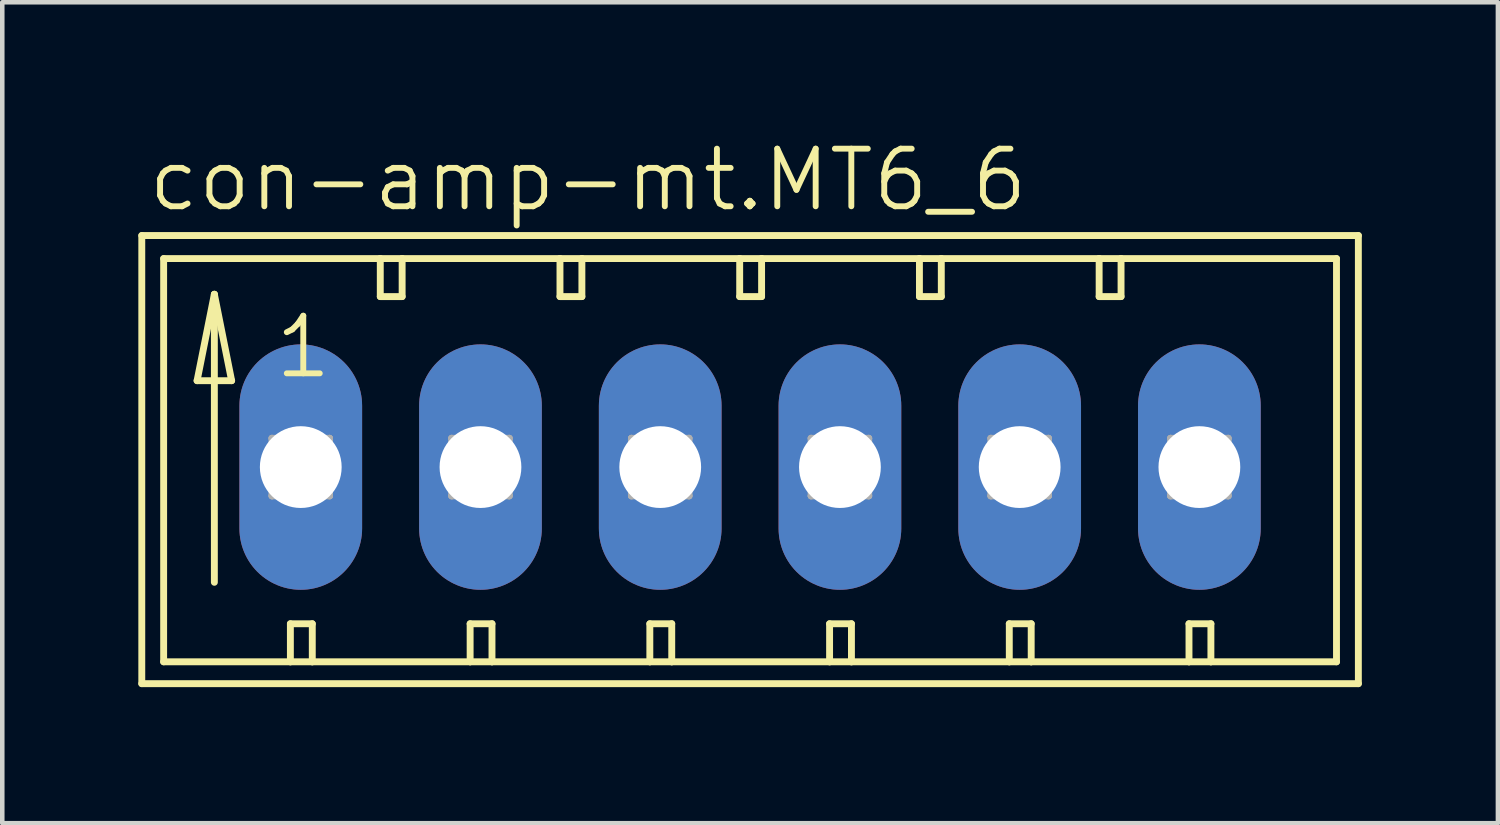
<source format=kicad_pcb>
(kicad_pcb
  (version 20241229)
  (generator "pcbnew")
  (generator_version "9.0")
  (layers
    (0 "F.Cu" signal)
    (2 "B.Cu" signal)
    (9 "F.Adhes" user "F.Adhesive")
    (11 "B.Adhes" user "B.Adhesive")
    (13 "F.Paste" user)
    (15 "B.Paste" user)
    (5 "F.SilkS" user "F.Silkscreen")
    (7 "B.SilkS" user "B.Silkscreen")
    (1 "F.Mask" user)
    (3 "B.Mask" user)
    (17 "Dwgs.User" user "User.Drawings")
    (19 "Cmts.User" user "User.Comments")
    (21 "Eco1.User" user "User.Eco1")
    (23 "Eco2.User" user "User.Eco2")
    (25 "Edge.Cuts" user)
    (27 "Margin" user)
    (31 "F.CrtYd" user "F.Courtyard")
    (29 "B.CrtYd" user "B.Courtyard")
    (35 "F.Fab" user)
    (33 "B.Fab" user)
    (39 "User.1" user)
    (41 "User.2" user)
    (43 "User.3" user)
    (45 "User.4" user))
  (footprint "con-amp-mt.MT6_6"
    (layer "F.Cu")
    (at 13.487 7.248)
    (property "Reference" "con-amp-mt.MT6_6" (at -13.335 -5.588 0) (layer "F.SilkS") (effects (font (size 1.27 1.27) (thickness 0.13)) (justify left bottom)))
    (attr through_hole)
    (fp_line (start -13.411 -5.105) (end -13.411 4.775) (stroke (width 0.152) (type default)) (layer "F.SilkS"))
    (fp_line (start -13.411 4.775) (end 13.411 4.775) (stroke (width 0.152) (type default)) (layer "F.SilkS"))
    (fp_line (start -12.929 -4.597) (end -12.929 4.293) (stroke (width 0.152) (type default)) (layer "F.SilkS"))
    (fp_line (start -12.929 4.293) (end -10.135 4.293) (stroke (width 0.152) (type default)) (layer "F.SilkS"))
    (fp_line (start -12.192 -1.905) (end -11.43 -1.905) (stroke (width 0.152) (type default)) (layer "F.SilkS"))
    (fp_line (start -11.811 -3.81) (end -12.192 -1.905) (stroke (width 0.152) (type default)) (layer "F.SilkS"))
    (fp_line (start -11.811 -3.81) (end -11.43 -1.905) (stroke (width 0.152) (type default)) (layer "F.SilkS"))
    (fp_line (start -11.811 2.54) (end -11.811 -3.81) (stroke (width 0.152) (type default)) (layer "F.SilkS"))
    (fp_line (start -10.135 3.454) (end -10.135 4.293) (stroke (width 0.152) (type default)) (layer "F.SilkS"))
    (fp_line (start -10.135 3.454) (end -9.652 3.454) (stroke (width 0.152) (type default)) (layer "F.SilkS"))
    (fp_line (start -10.135 4.293) (end -9.652 4.293) (stroke (width 0.152) (type default)) (layer "F.SilkS"))
    (fp_line (start -9.652 3.454) (end -9.652 4.293) (stroke (width 0.152) (type default)) (layer "F.SilkS"))
    (fp_line (start -9.652 4.293) (end -6.172 4.293) (stroke (width 0.152) (type default)) (layer "F.SilkS"))
    (fp_line (start -8.153 -4.597) (end -12.929 -4.597) (stroke (width 0.152) (type default)) (layer "F.SilkS"))
    (fp_line (start -8.153 -4.597) (end -8.153 -3.759) (stroke (width 0.152) (type default)) (layer "F.SilkS"))
    (fp_line (start -8.153 -3.759) (end -7.671 -3.759) (stroke (width 0.152) (type default)) (layer "F.SilkS"))
    (fp_line (start -7.671 -4.597) (end -8.153 -4.597) (stroke (width 0.152) (type default)) (layer "F.SilkS"))
    (fp_line (start -7.671 -3.759) (end -7.671 -4.597) (stroke (width 0.152) (type default)) (layer "F.SilkS"))
    (fp_line (start -6.172 3.454) (end -6.172 4.293) (stroke (width 0.152) (type default)) (layer "F.SilkS"))
    (fp_line (start -6.172 3.454) (end -5.69 3.454) (stroke (width 0.152) (type default)) (layer "F.SilkS"))
    (fp_line (start -6.172 4.293) (end -5.69 4.293) (stroke (width 0.152) (type default)) (layer "F.SilkS"))
    (fp_line (start -5.69 3.454) (end -5.69 4.293) (stroke (width 0.152) (type default)) (layer "F.SilkS"))
    (fp_line (start -5.69 4.293) (end -2.21 4.293) (stroke (width 0.152) (type default)) (layer "F.SilkS"))
    (fp_line (start -4.191 -4.597) (end -7.671 -4.597) (stroke (width 0.152) (type default)) (layer "F.SilkS"))
    (fp_line (start -4.191 -3.759) (end -4.191 -4.597) (stroke (width 0.152) (type default)) (layer "F.SilkS"))
    (fp_line (start -4.191 -3.759) (end -3.708 -3.759) (stroke (width 0.152) (type default)) (layer "F.SilkS"))
    (fp_line (start -3.708 -4.597) (end -4.191 -4.597) (stroke (width 0.152) (type default)) (layer "F.SilkS"))
    (fp_line (start -3.708 -3.759) (end -3.708 -4.597) (stroke (width 0.152) (type default)) (layer "F.SilkS"))
    (fp_line (start -2.21 3.454) (end -2.21 4.293) (stroke (width 0.152) (type default)) (layer "F.SilkS"))
    (fp_line (start -2.21 3.454) (end -1.727 3.454) (stroke (width 0.152) (type default)) (layer "F.SilkS"))
    (fp_line (start -2.21 4.293) (end -1.727 4.293) (stroke (width 0.152) (type default)) (layer "F.SilkS"))
    (fp_line (start -1.727 3.454) (end -1.727 4.293) (stroke (width 0.152) (type default)) (layer "F.SilkS"))
    (fp_line (start -1.727 4.293) (end 1.753 4.293) (stroke (width 0.152) (type default)) (layer "F.SilkS"))
    (fp_line (start -0.229 -4.597) (end -3.708 -4.597) (stroke (width 0.152) (type default)) (layer "F.SilkS"))
    (fp_line (start -0.229 -3.759) (end -0.229 -4.597) (stroke (width 0.152) (type default)) (layer "F.SilkS"))
    (fp_line (start -0.229 -3.759) (end 0.254 -3.759) (stroke (width 0.152) (type default)) (layer "F.SilkS"))
    (fp_line (start 0.254 -4.597) (end -0.229 -4.597) (stroke (width 0.152) (type default)) (layer "F.SilkS"))
    (fp_line (start 0.254 -3.759) (end 0.254 -4.597) (stroke (width 0.152) (type default)) (layer "F.SilkS"))
    (fp_line (start 1.753 3.454) (end 1.753 4.293) (stroke (width 0.152) (type default)) (layer "F.SilkS"))
    (fp_line (start 1.753 3.454) (end 2.235 3.454) (stroke (width 0.152) (type default)) (layer "F.SilkS"))
    (fp_line (start 1.753 4.293) (end 2.235 4.293) (stroke (width 0.152) (type default)) (layer "F.SilkS"))
    (fp_line (start 2.235 3.454) (end 2.235 4.293) (stroke (width 0.152) (type default)) (layer "F.SilkS"))
    (fp_line (start 2.235 4.293) (end 5.715 4.293) (stroke (width 0.152) (type default)) (layer "F.SilkS"))
    (fp_line (start 3.734 -4.597) (end 0.254 -4.597) (stroke (width 0.152) (type default)) (layer "F.SilkS"))
    (fp_line (start 3.734 -3.759) (end 3.734 -4.597) (stroke (width 0.152) (type default)) (layer "F.SilkS"))
    (fp_line (start 3.734 -3.759) (end 4.216 -3.759) (stroke (width 0.152) (type default)) (layer "F.SilkS"))
    (fp_line (start 4.216 -4.597) (end 3.734 -4.597) (stroke (width 0.152) (type default)) (layer "F.SilkS"))
    (fp_line (start 4.216 -3.759) (end 4.216 -4.597) (stroke (width 0.152) (type default)) (layer "F.SilkS"))
    (fp_line (start 5.715 3.454) (end 5.715 4.293) (stroke (width 0.152) (type default)) (layer "F.SilkS"))
    (fp_line (start 5.715 3.454) (end 6.198 3.454) (stroke (width 0.152) (type default)) (layer "F.SilkS"))
    (fp_line (start 5.715 4.293) (end 6.198 4.293) (stroke (width 0.152) (type default)) (layer "F.SilkS"))
    (fp_line (start 6.198 3.454) (end 6.198 4.293) (stroke (width 0.152) (type default)) (layer "F.SilkS"))
    (fp_line (start 6.198 4.293) (end 9.677 4.293) (stroke (width 0.152) (type default)) (layer "F.SilkS"))
    (fp_line (start 7.696 -4.597) (end 4.216 -4.597) (stroke (width 0.152) (type default)) (layer "F.SilkS"))
    (fp_line (start 7.696 -3.759) (end 7.696 -4.597) (stroke (width 0.152) (type default)) (layer "F.SilkS"))
    (fp_line (start 7.696 -3.759) (end 8.179 -3.759) (stroke (width 0.152) (type default)) (layer "F.SilkS"))
    (fp_line (start 8.179 -4.597) (end 7.696 -4.597) (stroke (width 0.152) (type default)) (layer "F.SilkS"))
    (fp_line (start 8.179 -3.759) (end 8.179 -4.597) (stroke (width 0.152) (type default)) (layer "F.SilkS"))
    (fp_line (start 9.677 3.454) (end 9.677 4.293) (stroke (width 0.152) (type default)) (layer "F.SilkS"))
    (fp_line (start 9.677 3.454) (end 10.16 3.454) (stroke (width 0.152) (type default)) (layer "F.SilkS"))
    (fp_line (start 9.677 4.293) (end 10.16 4.293) (stroke (width 0.152) (type default)) (layer "F.SilkS"))
    (fp_line (start 10.16 3.454) (end 10.16 4.293) (stroke (width 0.152) (type default)) (layer "F.SilkS"))
    (fp_line (start 10.16 4.293) (end 12.929 4.293) (stroke (width 0.152) (type default)) (layer "F.SilkS"))
    (fp_line (start 12.929 -4.597) (end 8.179 -4.597) (stroke (width 0.152) (type default)) (layer "F.SilkS"))
    (fp_line (start 12.929 4.293) (end 12.929 -4.597) (stroke (width 0.152) (type default)) (layer "F.SilkS"))
    (fp_line (start 13.411 -5.105) (end -13.411 -5.105) (stroke (width 0.152) (type default)) (layer "F.SilkS"))
    (fp_line (start 13.411 4.775) (end 13.411 -5.105) (stroke (width 0.152) (type default)) (layer "F.SilkS"))
    (fp_line (start -10.541 -0.635) (end -10.541 0.635) (stroke (width 0.152) (type default)) (layer "F.Fab"))
    (fp_line (start -10.541 -0.635) (end -9.271 0.635) (stroke (width 0.152) (type default)) (layer "F.Fab"))
    (fp_line (start -10.541 0.635) (end -9.271 0.635) (stroke (width 0.152) (type default)) (layer "F.Fab"))
    (fp_line (start -9.271 -0.635) (end -10.541 -0.635) (stroke (width 0.152) (type default)) (layer "F.Fab"))
    (fp_line (start -9.271 -0.635) (end -10.541 0.635) (stroke (width 0.152) (type default)) (layer "F.Fab"))
    (fp_line (start -9.271 0.635) (end -9.271 -0.635) (stroke (width 0.152) (type default)) (layer "F.Fab"))
    (fp_line (start -6.579 -0.635) (end -6.579 0.635) (stroke (width 0.152) (type default)) (layer "F.Fab"))
    (fp_line (start -6.579 -0.635) (end -5.309 0.635) (stroke (width 0.152) (type default)) (layer "F.Fab"))
    (fp_line (start -6.579 0.635) (end -5.309 0.635) (stroke (width 0.152) (type default)) (layer "F.Fab"))
    (fp_line (start -5.309 -0.635) (end -6.579 -0.635) (stroke (width 0.152) (type default)) (layer "F.Fab"))
    (fp_line (start -5.309 -0.635) (end -6.579 0.635) (stroke (width 0.152) (type default)) (layer "F.Fab"))
    (fp_line (start -5.309 0.635) (end -5.309 -0.635) (stroke (width 0.152) (type default)) (layer "F.Fab"))
    (fp_line (start -2.616 -0.635) (end -2.616 0.635) (stroke (width 0.152) (type default)) (layer "F.Fab"))
    (fp_line (start -2.616 -0.635) (end -1.346 0.635) (stroke (width 0.152) (type default)) (layer "F.Fab"))
    (fp_line (start -2.616 0.635) (end -1.346 0.635) (stroke (width 0.152) (type default)) (layer "F.Fab"))
    (fp_line (start -1.346 -0.635) (end -2.616 -0.635) (stroke (width 0.152) (type default)) (layer "F.Fab"))
    (fp_line (start -1.346 -0.635) (end -2.616 0.635) (stroke (width 0.152) (type default)) (layer "F.Fab"))
    (fp_line (start -1.346 0.635) (end -1.346 -0.635) (stroke (width 0.152) (type default)) (layer "F.Fab"))
    (fp_line (start 1.346 -0.635) (end 1.346 0.635) (stroke (width 0.152) (type default)) (layer "F.Fab"))
    (fp_line (start 1.346 -0.635) (end 2.616 0.635) (stroke (width 0.152) (type default)) (layer "F.Fab"))
    (fp_line (start 1.346 0.635) (end 2.616 0.635) (stroke (width 0.152) (type default)) (layer "F.Fab"))
    (fp_line (start 2.616 -0.635) (end 1.346 -0.635) (stroke (width 0.152) (type default)) (layer "F.Fab"))
    (fp_line (start 2.616 -0.635) (end 1.346 0.635) (stroke (width 0.152) (type default)) (layer "F.Fab"))
    (fp_line (start 2.616 0.635) (end 2.616 -0.635) (stroke (width 0.152) (type default)) (layer "F.Fab"))
    (fp_line (start 5.309 -0.635) (end 5.309 0.635) (stroke (width 0.152) (type default)) (layer "F.Fab"))
    (fp_line (start 5.309 -0.635) (end 6.579 0.635) (stroke (width 0.152) (type default)) (layer "F.Fab"))
    (fp_line (start 5.309 0.635) (end 6.579 0.635) (stroke (width 0.152) (type default)) (layer "F.Fab"))
    (fp_line (start 6.579 -0.635) (end 5.309 -0.635) (stroke (width 0.152) (type default)) (layer "F.Fab"))
    (fp_line (start 6.579 -0.635) (end 5.309 0.635) (stroke (width 0.152) (type default)) (layer "F.Fab"))
    (fp_line (start 6.579 0.635) (end 6.579 -0.635) (stroke (width 0.152) (type default)) (layer "F.Fab"))
    (fp_line (start 9.271 -0.635) (end 9.271 0.635) (stroke (width 0.152) (type default)) (layer "F.Fab"))
    (fp_line (start 9.271 -0.635) (end 10.541 0.635) (stroke (width 0.152) (type default)) (layer "F.Fab"))
    (fp_line (start 9.271 0.635) (end 10.541 0.635) (stroke (width 0.152) (type default)) (layer "F.Fab"))
    (fp_line (start 10.541 -0.635) (end 9.271 -0.635) (stroke (width 0.152) (type default)) (layer "F.Fab"))
    (fp_line (start 10.541 -0.635) (end 9.271 0.635) (stroke (width 0.152) (type default)) (layer "F.Fab"))
    (fp_line (start 10.541 0.635) (end 10.541 -0.635) (stroke (width 0.152) (type default)) (layer "F.Fab"))
    (fp_text user "1" (at -10.541 -1.905 0) (layer "F.SilkS") (effects (font (size 1.27 1.27) (thickness 0.13)) (justify left bottom)))
    (pad "1" thru_hole oval (at -9.906 0 90) (size 5.41 2.705) (drill 1.803) (layers "*.Cu" "*.Mask"))
    (pad "2" thru_hole oval (at -5.944 0 90) (size 5.41 2.705) (drill 1.803) (layers "*.Cu" "*.Mask"))
    (pad "3" thru_hole oval (at -1.981 0 90) (size 5.41 2.705) (drill 1.803) (layers "*.Cu" "*.Mask"))
    (pad "4" thru_hole oval (at 1.981 0 90) (size 5.41 2.705) (drill 1.803) (layers "*.Cu" "*.Mask"))
    (pad "5" thru_hole oval (at 5.944 0 90) (size 5.41 2.705) (drill 1.803) (layers "*.Cu" "*.Mask"))
    (pad "6" thru_hole oval (at 9.906 0 90) (size 5.41 2.705) (drill 1.803) (layers "*.Cu" "*.Mask")))
  (gr_rect
    (start -3 -3)
    (end 29.975 15.099)
    (stroke (width 0.1) (type default))
    (fill no)
    (layer "Edge.Cuts")))
</source>
